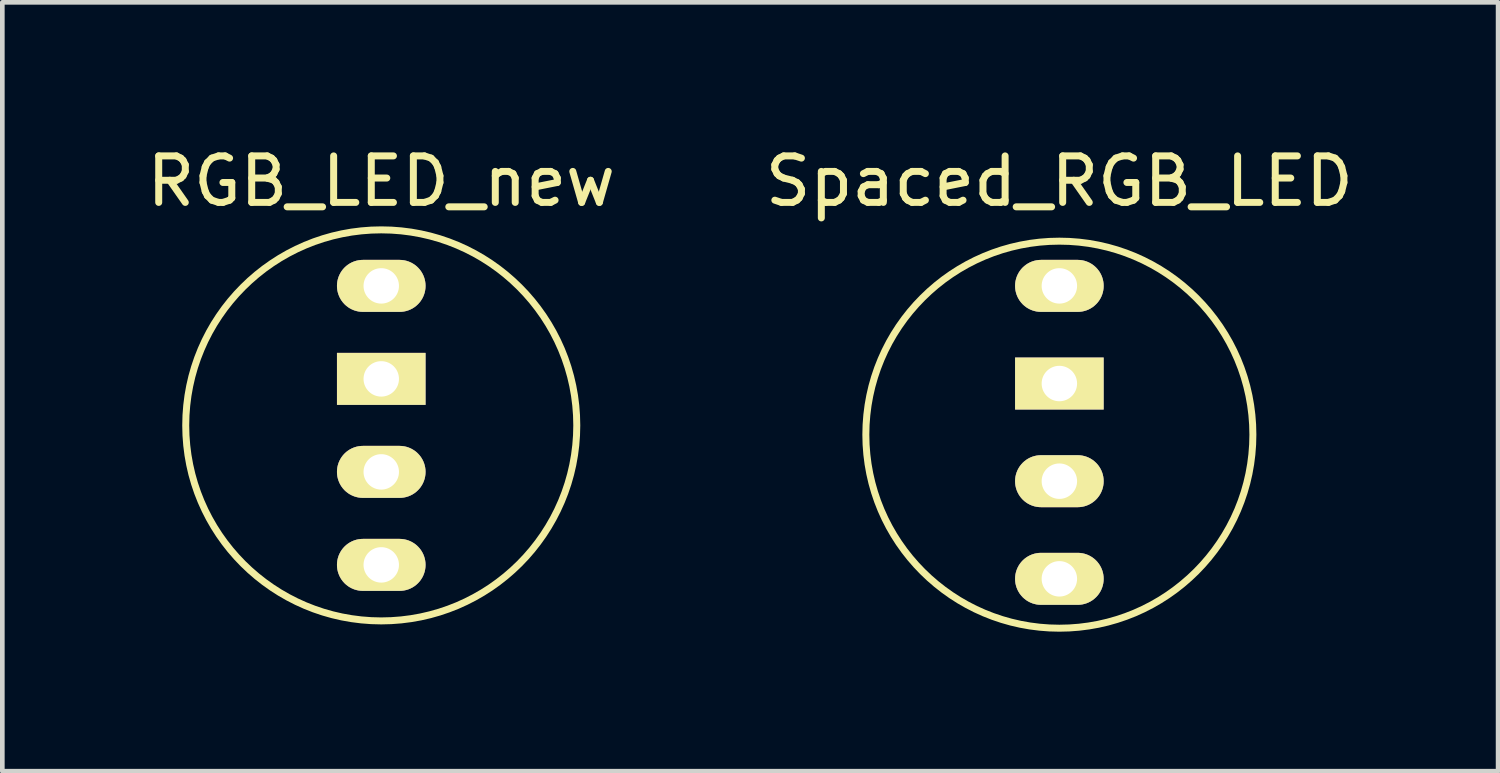
<source format=kicad_pcb>
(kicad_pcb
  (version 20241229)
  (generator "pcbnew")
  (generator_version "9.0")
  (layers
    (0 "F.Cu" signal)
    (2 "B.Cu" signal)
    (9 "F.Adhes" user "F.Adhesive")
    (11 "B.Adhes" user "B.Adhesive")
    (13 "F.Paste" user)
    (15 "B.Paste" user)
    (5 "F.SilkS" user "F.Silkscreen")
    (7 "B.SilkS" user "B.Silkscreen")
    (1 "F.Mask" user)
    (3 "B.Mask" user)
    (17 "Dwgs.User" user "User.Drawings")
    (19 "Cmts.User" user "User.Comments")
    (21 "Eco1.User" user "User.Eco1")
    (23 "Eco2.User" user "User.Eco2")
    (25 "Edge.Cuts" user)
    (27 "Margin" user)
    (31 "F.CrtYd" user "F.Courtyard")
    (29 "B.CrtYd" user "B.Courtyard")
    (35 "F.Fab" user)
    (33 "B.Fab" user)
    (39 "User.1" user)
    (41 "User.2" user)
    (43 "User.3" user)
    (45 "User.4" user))
  (footprint "Spaced_RGB_LED"
    (layer "F.Cu")
    (at 19.732 3.098)
    (property "Reference" "Spaced_RGB_LED" (at 0 -2.25 0) (layer "F.SilkS") (effects (font (size 1 1) (thickness 0.15))))
    (attr through_hole)
    (fp_circle (center 0 3.2) (end 3.4 0.8) (stroke (width 0.15) (type solid)) (fill no) (layer "F.SilkS"))
    (pad "1" thru_hole oval (at 0 0) (size 1.905 1.118) (drill 0.762) (layers "*.Cu" "*.Mask" "F.SilkS"))
    (pad "2" thru_hole rect (at 0 2.1) (size 1.905 1.118) (drill 0.762) (layers "*.Cu" "*.Mask" "F.SilkS"))
    (pad "3" thru_hole oval (at 0 4.2) (size 1.905 1.118) (drill 0.762) (layers "*.Cu" "*.Mask" "F.SilkS"))
    (pad "4" thru_hole oval (at 0 6.3) (size 1.905 1.118) (drill 0.762) (layers "*.Cu" "*.Mask" "F.SilkS")))
  (footprint "RGB_LED_new"
    (layer "F.Cu")
    (at 5.149 3.098)
    (property "Reference" "RGB_LED_new" (at 0 -2.25 0) (layer "F.SilkS") (effects (font (size 1 1) (thickness 0.15))))
    (attr through_hole)
    (fp_circle (center 0 3) (end 3.8 1.2) (stroke (width 0.15) (type solid)) (fill no) (layer "F.SilkS"))
    (pad "1" thru_hole oval (at 0 0) (size 1.905 1.118) (drill 0.762) (layers "*.Cu" "*.Mask" "F.SilkS"))
    (pad "2" thru_hole rect (at 0 2) (size 1.905 1.118) (drill 0.762) (layers "*.Cu" "*.Mask" "F.SilkS"))
    (pad "3" thru_hole oval (at 0 4) (size 1.905 1.118) (drill 0.762) (layers "*.Cu" "*.Mask" "F.SilkS"))
    (pad "4" thru_hole oval (at 0 6) (size 1.905 1.118) (drill 0.762) (layers "*.Cu" "*.Mask" "F.SilkS")))
  (gr_rect
    (start -3 -3)
    (end 29.167 13.535)
    (stroke (width 0.1) (type default))
    (fill no)
    (layer "Edge.Cuts")))
</source>
